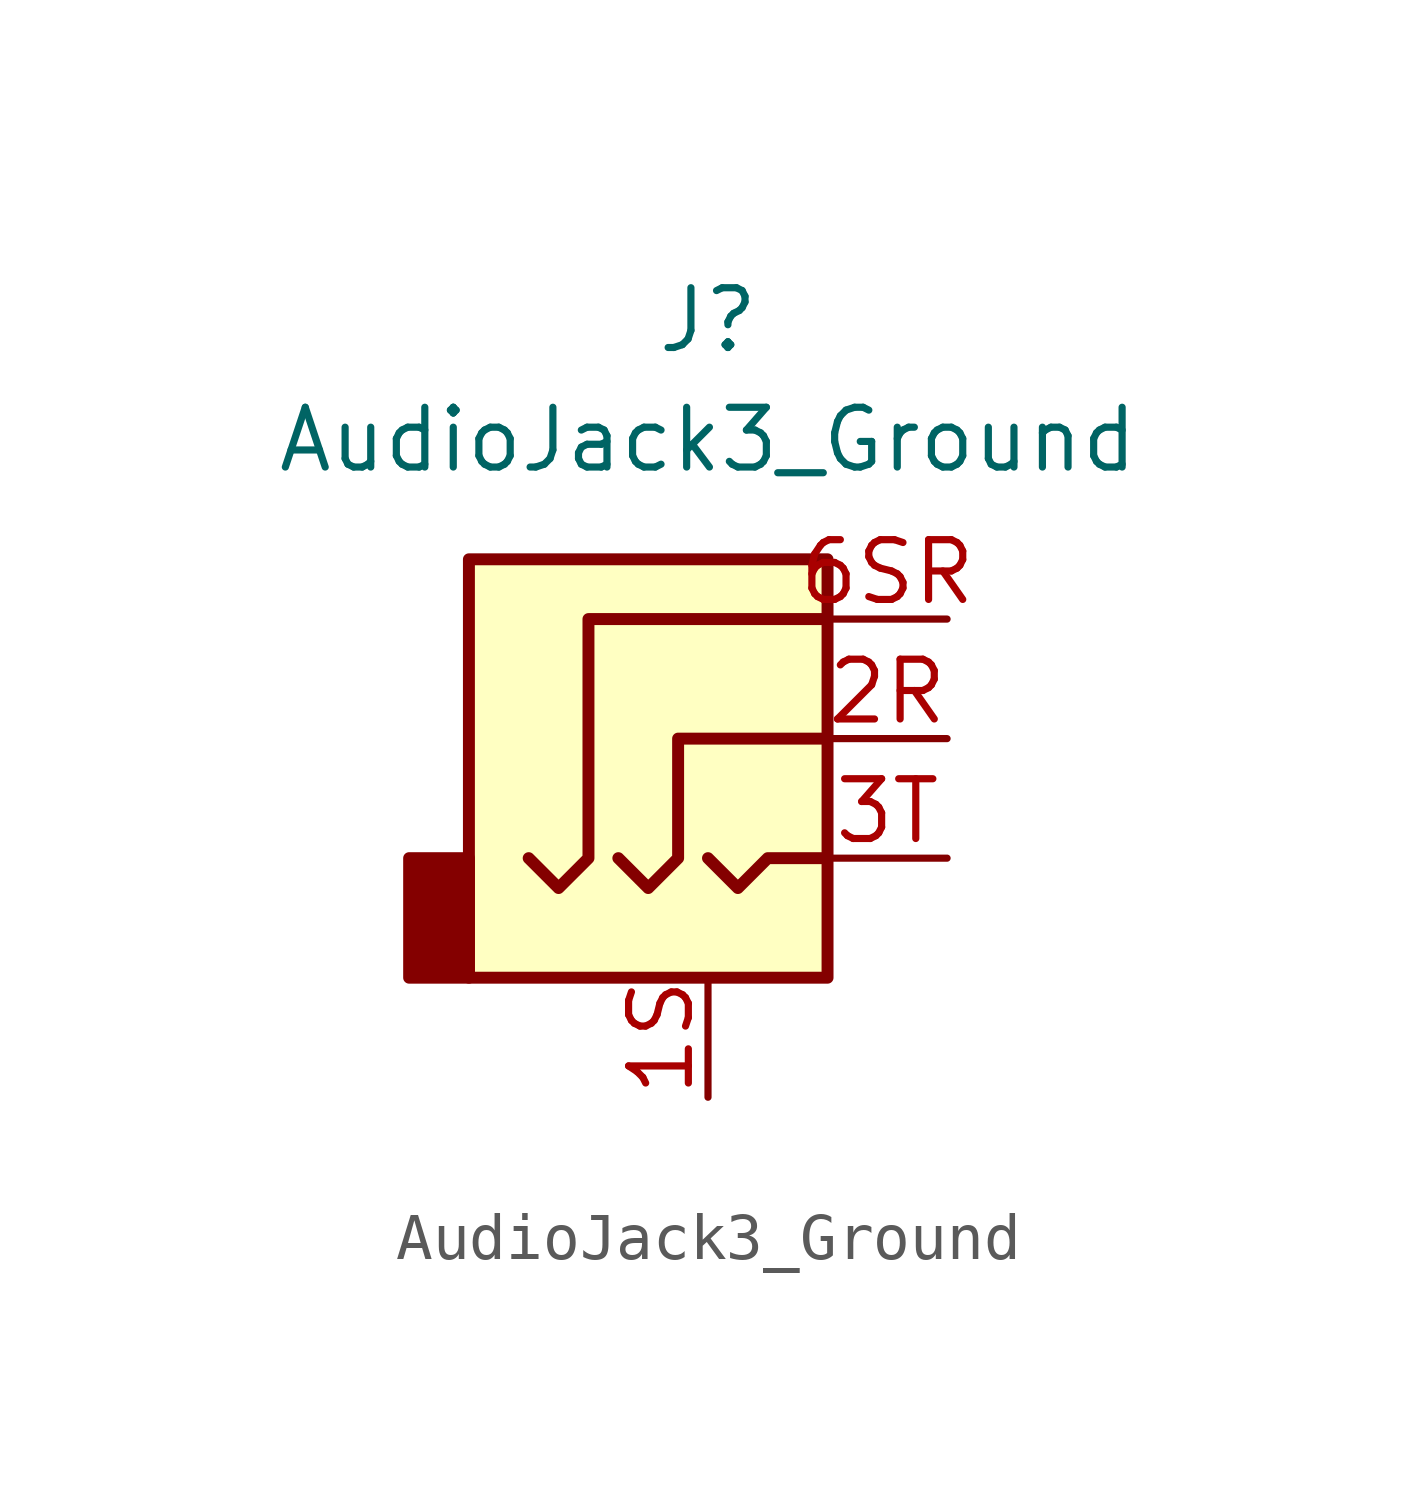
<source format=kicad_sym>
(kicad_symbol_lib
  (version 20211014)
  (generator kicad_symbol_editor)
  (symbol "AudioJack3_Ground"
    (property "Reference" "J"
      (at 0 8.89 0)
      (effects (font (size 1.27 1.27))))
    (property "Value" "AudioJack3_Ground"
      (at 0 6.35 0)
      (effects (font (size 1.27 1.27))))
    (symbol "AudioJack3_Ground_0_1"
      (rectangle (start -5.08 -2.54) (end -6.35 -5.08) (stroke (width 0.254) (type default) (color 0 0 0 0)) (fill (type outline)))
      (polyline (pts (xy 0 -2.54) (xy 0.635 -3.175) (xy 1.27 -2.54) (xy 2.54 -2.54)) (stroke (width 0.254) (type default) (color 0 0 0 0)) (fill (type none)))
      (polyline (pts (xy -1.905 -2.54) (xy -1.27 -3.175) (xy -0.635 -2.54) (xy -0.635 0) (xy 2.54 0)) (stroke (width 0.254) (type default) (color 0 0 0 0)) (fill (type none)))
      (polyline (pts (xy 2.54 2.54) (xy -2.54 2.54) (xy -2.54 -2.54) (xy -3.175 -3.175) (xy -3.81 -2.54)) (stroke (width 0.254) (type default) (color 0 0 0 0)) (fill (type none)))
      (rectangle (start 2.54 3.81) (end -5.08 -5.08) (stroke (width 0.254) (type default) (color 0 0 0 0)) (fill (type background))))
    (symbol "AudioJack3_Ground_1_1"
      (pin passive line (at 0 -7.62 90) (length 2.54) (name "~" (effects (font (size 1.27 1.27)))) (number "1S" (effects (font (size 1.27 1.27)))))
      (pin passive line (at 5.08 0 180) (length 2.54) (name "~" (effects (font (size 1.27 1.27)))) (number "2R" (effects (font (size 1.27 1.27)))))
      (pin passive line (at 5.08 -2.54 180) (length 2.54) (name "~" (effects (font (size 1.27 1.27)))) (number "3T" (effects (font (size 1.27 1.27)))))
      (pin passive line (at 5.08 2.54 180) (length 2.54) (name "~" (effects (font (size 1.27 1.27)))) (number "6SR" (effects (font (size 1.27 1.27))))))))
</source>
